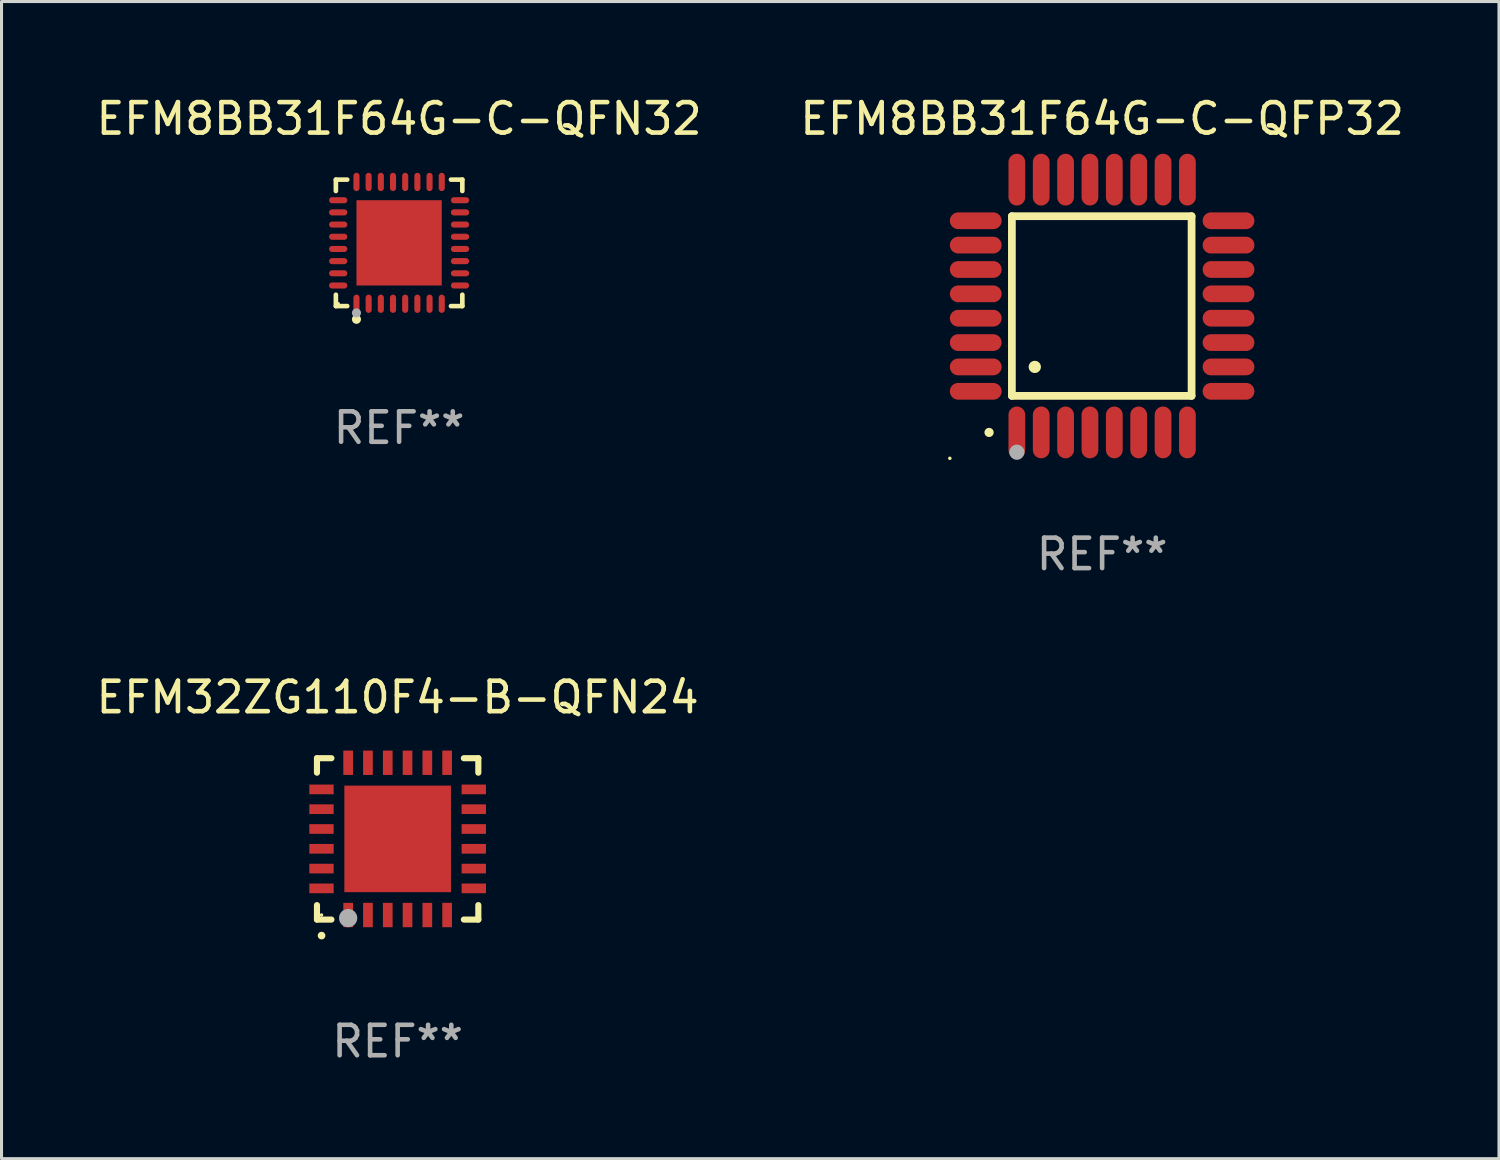
<source format=kicad_pcb>
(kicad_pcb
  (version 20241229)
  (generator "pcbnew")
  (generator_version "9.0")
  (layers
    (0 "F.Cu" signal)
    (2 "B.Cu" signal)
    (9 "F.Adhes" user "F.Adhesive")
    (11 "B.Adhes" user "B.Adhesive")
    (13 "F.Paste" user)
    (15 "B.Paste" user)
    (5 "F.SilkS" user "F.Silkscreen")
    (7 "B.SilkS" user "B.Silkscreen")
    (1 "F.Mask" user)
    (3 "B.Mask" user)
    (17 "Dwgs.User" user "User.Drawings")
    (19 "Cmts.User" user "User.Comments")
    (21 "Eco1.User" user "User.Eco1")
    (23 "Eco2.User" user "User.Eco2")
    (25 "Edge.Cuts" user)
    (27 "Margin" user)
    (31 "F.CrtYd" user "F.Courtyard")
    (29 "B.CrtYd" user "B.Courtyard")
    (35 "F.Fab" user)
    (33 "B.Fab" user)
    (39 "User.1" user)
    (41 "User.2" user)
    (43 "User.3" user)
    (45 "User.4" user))
  (footprint "EFM8BB31F64G-C-QFN32"
    (layer "F.Cu")
    (at 10.054 4.924)
    (property "Reference" "EFM8BB31F64G-C-QFN32" (at 0 -4.076 0) (layer "F.SilkS") (effects (font (size 1 1) (thickness 0.15))))
    (attr through_hole)
    (fp_line (start -2.076 -2.076) (end -1.703 -2.076) (stroke (width 0.152) (type solid)) (layer "F.SilkS"))
    (fp_line (start -2.076 -1.703) (end -2.076 -2.076) (stroke (width 0.152) (type solid)) (layer "F.SilkS"))
    (fp_line (start -2.076 1.703) (end -2.076 2.076) (stroke (width 0.152) (type solid)) (layer "F.SilkS"))
    (fp_line (start -2.076 2.076) (end -1.703 2.076) (stroke (width 0.152) (type solid)) (layer "F.SilkS"))
    (fp_line (start 2.076 -2.076) (end 1.703 -2.076) (stroke (width 0.152) (type solid)) (layer "F.SilkS"))
    (fp_line (start 2.076 -1.703) (end 2.076 -2.076) (stroke (width 0.152) (type solid)) (layer "F.SilkS"))
    (fp_line (start 2.076 1.703) (end 2.076 2.076) (stroke (width 0.152) (type solid)) (layer "F.SilkS"))
    (fp_line (start 2.076 2.076) (end 1.703 2.076) (stroke (width 0.152) (type solid)) (layer "F.SilkS"))
    (fp_circle (center -2 2) (end -1.97 2) (stroke (width 0.06) (type solid)) (fill no) (layer "F.SilkS"))
    (fp_circle (center -1.4 2.51) (end -1.325 2.51) (stroke (width 0.15) (type solid)) (fill no) (layer "F.SilkS"))
    (fp_circle (center -1.4 2.3) (end -1.325 2.3) (stroke (width 0.15) (type solid)) (fill no) (layer "F.Fab"))
    (fp_text user "REF**" (at 0 6.076 0) (layer "F.Fab") (effects (font (size 1 1) (thickness 0.15))))
    (pad "1" smd oval (at -1.4 2) (size 0.2 0.6) (layers "F.Cu" "F.Mask" "F.Paste"))
    (pad "2" smd oval (at -1 2) (size 0.2 0.6) (layers "F.Cu" "F.Mask" "F.Paste"))
    (pad "3" smd oval (at -0.6 2) (size 0.2 0.6) (layers "F.Cu" "F.Mask" "F.Paste"))
    (pad "4" smd oval (at -0.2 2) (size 0.2 0.6) (layers "F.Cu" "F.Mask" "F.Paste"))
    (pad "5" smd oval (at 0.2 2) (size 0.2 0.6) (layers "F.Cu" "F.Mask" "F.Paste"))
    (pad "6" smd oval (at 0.6 2) (size 0.2 0.6) (layers "F.Cu" "F.Mask" "F.Paste"))
    (pad "7" smd oval (at 1 2) (size 0.2 0.6) (layers "F.Cu" "F.Mask" "F.Paste"))
    (pad "8" smd oval (at 1.4 2) (size 0.2 0.6) (layers "F.Cu" "F.Mask" "F.Paste"))
    (pad "9" smd oval (at 2 1.4) (size 0.6 0.2) (layers "F.Cu" "F.Mask" "F.Paste"))
    (pad "10" smd oval (at 2 1) (size 0.6 0.2) (layers "F.Cu" "F.Mask" "F.Paste"))
    (pad "11" smd oval (at 2 0.6) (size 0.6 0.2) (layers "F.Cu" "F.Mask" "F.Paste"))
    (pad "12" smd oval (at 2 0.2) (size 0.6 0.2) (layers "F.Cu" "F.Mask" "F.Paste"))
    (pad "13" smd oval (at 2 -0.2) (size 0.6 0.2) (layers "F.Cu" "F.Mask" "F.Paste"))
    (pad "14" smd oval (at 2 -0.6) (size 0.6 0.2) (layers "F.Cu" "F.Mask" "F.Paste"))
    (pad "15" smd oval (at 2 -1) (size 0.6 0.2) (layers "F.Cu" "F.Mask" "F.Paste"))
    (pad "16" smd oval (at 2 -1.4) (size 0.6 0.2) (layers "F.Cu" "F.Mask" "F.Paste"))
    (pad "17" smd oval (at 1.4 -2) (size 0.2 0.6) (layers "F.Cu" "F.Mask" "F.Paste"))
    (pad "18" smd oval (at 1 -2) (size 0.2 0.6) (layers "F.Cu" "F.Mask" "F.Paste"))
    (pad "19" smd oval (at 0.6 -2) (size 0.2 0.6) (layers "F.Cu" "F.Mask" "F.Paste"))
    (pad "20" smd oval (at 0.2 -2) (size 0.2 0.6) (layers "F.Cu" "F.Mask" "F.Paste"))
    (pad "21" smd oval (at -0.2 -2) (size 0.2 0.6) (layers "F.Cu" "F.Mask" "F.Paste"))
    (pad "22" smd oval (at -0.6 -2) (size 0.2 0.6) (layers "F.Cu" "F.Mask" "F.Paste"))
    (pad "23" smd oval (at -1 -2) (size 0.2 0.6) (layers "F.Cu" "F.Mask" "F.Paste"))
    (pad "24" smd oval (at -1.4 -2) (size 0.2 0.6) (layers "F.Cu" "F.Mask" "F.Paste"))
    (pad "25" smd oval (at -2 -1.4) (size 0.6 0.2) (layers "F.Cu" "F.Mask" "F.Paste"))
    (pad "26" smd oval (at -2 -1) (size 0.6 0.2) (layers "F.Cu" "F.Mask" "F.Paste"))
    (pad "27" smd oval (at -2 -0.6) (size 0.6 0.2) (layers "F.Cu" "F.Mask" "F.Paste"))
    (pad "28" smd oval (at -2 -0.2) (size 0.6 0.2) (layers "F.Cu" "F.Mask" "F.Paste"))
    (pad "29" smd oval (at -2 0.2) (size 0.6 0.2) (layers "F.Cu" "F.Mask" "F.Paste"))
    (pad "30" smd oval (at -2 0.6) (size 0.6 0.2) (layers "F.Cu" "F.Mask" "F.Paste"))
    (pad "31" smd oval (at -2 1) (size 0.6 0.2) (layers "F.Cu" "F.Mask" "F.Paste"))
    (pad "32" smd oval (at -2 1.4) (size 0.6 0.2) (layers "F.Cu" "F.Mask" "F.Paste"))
    (pad "33" smd rect (at 0 0) (size 2.8 2.8) (layers "F.Cu" "F.Mask" "F.Paste")))
  (footprint "EFM8BB31F64G-C-QFP32"
    (layer "F.Cu")
    (at 33.137 6.998)
    (property "Reference" "EFM8BB31F64G-C-QFP32" (at 0 -6.15 0) (layer "F.SilkS") (effects (font (size 1 1) (thickness 0.15))))
    (attr through_hole)
    (fp_line (start -2.963 -2.95) (end -2.963 2.95) (stroke (width 0.254) (type solid)) (layer "F.SilkS"))
    (fp_line (start -2.963 2.95) (end 2.937 2.95) (stroke (width 0.254) (type solid)) (layer "F.SilkS"))
    (fp_line (start 2.937 -2.95) (end -2.963 -2.95) (stroke (width 0.254) (type solid)) (layer "F.SilkS"))
    (fp_line (start 2.937 2.95) (end 2.937 -2.95) (stroke (width 0.254) (type solid)) (layer "F.SilkS"))
    (fp_arc (start -3.713487 4.150368) (mid -3.712217 4.150363) (end -3.710947 4.150368) (stroke (width 0.3) (type solid)) (layer "F.SilkS"))
    (fp_arc (start -2.212344 1.998984) (mid -2.211074 1.99898) (end -2.209804 1.998984) (stroke (width 0.4) (type solid)) (layer "F.SilkS"))
    (fp_circle (center -5 5) (end -4.97 5) (stroke (width 0.06) (type solid)) (fill no) (layer "F.SilkS"))
    (fp_circle (center -2.8 4.8) (end -2.675 4.8) (stroke (width 0.25) (type solid)) (fill no) (layer "F.Fab"))
    (fp_text user "REF**" (at 0 8.15 0) (layer "F.Fab") (effects (font (size 1 1) (thickness 0.15))))
    (pad "1" smd oval (at -2.8 4.15 180) (size 0.55 1.7) (layers "F.Cu" "F.Mask" "F.Paste"))
    (pad "2" smd oval (at -2 4.15 180) (size 0.55 1.7) (layers "F.Cu" "F.Mask" "F.Paste"))
    (pad "3" smd oval (at -1.2 4.15 180) (size 0.55 1.7) (layers "F.Cu" "F.Mask" "F.Paste"))
    (pad "4" smd oval (at -0.4 4.15 180) (size 0.55 1.7) (layers "F.Cu" "F.Mask" "F.Paste"))
    (pad "5" smd oval (at 0.4 4.15 180) (size 0.55 1.7) (layers "F.Cu" "F.Mask" "F.Paste"))
    (pad "6" smd oval (at 1.2 4.15 180) (size 0.55 1.7) (layers "F.Cu" "F.Mask" "F.Paste"))
    (pad "7" smd oval (at 2 4.15 180) (size 0.55 1.7) (layers "F.Cu" "F.Mask" "F.Paste"))
    (pad "8" smd oval (at 2.8 4.15 180) (size 0.55 1.7) (layers "F.Cu" "F.Mask" "F.Paste"))
    (pad "9" smd oval (at 4.15 2.8 90) (size 0.55 1.7) (layers "F.Cu" "F.Mask" "F.Paste"))
    (pad "10" smd oval (at 4.15 2 90) (size 0.55 1.7) (layers "F.Cu" "F.Mask" "F.Paste"))
    (pad "11" smd oval (at 4.15 1.2 90) (size 0.55 1.7) (layers "F.Cu" "F.Mask" "F.Paste"))
    (pad "12" smd oval (at 4.15 0.4 90) (size 0.55 1.7) (layers "F.Cu" "F.Mask" "F.Paste"))
    (pad "13" smd oval (at 4.15 -0.4 90) (size 0.55 1.7) (layers "F.Cu" "F.Mask" "F.Paste"))
    (pad "14" smd oval (at 4.15 -1.2 90) (size 0.55 1.7) (layers "F.Cu" "F.Mask" "F.Paste"))
    (pad "15" smd oval (at 4.15 -2 90) (size 0.55 1.7) (layers "F.Cu" "F.Mask" "F.Paste"))
    (pad "16" smd oval (at 4.15 -2.8 90) (size 0.55 1.7) (layers "F.Cu" "F.Mask" "F.Paste"))
    (pad "17" smd oval (at 2.8 -4.15 180) (size 0.55 1.7) (layers "F.Cu" "F.Mask" "F.Paste"))
    (pad "18" smd oval (at 2 -4.15 180) (size 0.55 1.7) (layers "F.Cu" "F.Mask" "F.Paste"))
    (pad "19" smd oval (at 1.2 -4.15 180) (size 0.55 1.7) (layers "F.Cu" "F.Mask" "F.Paste"))
    (pad "20" smd oval (at 0.4 -4.15 180) (size 0.55 1.7) (layers "F.Cu" "F.Mask" "F.Paste"))
    (pad "21" smd oval (at -0.4 -4.15 180) (size 0.55 1.7) (layers "F.Cu" "F.Mask" "F.Paste"))
    (pad "22" smd oval (at -1.2 -4.15 180) (size 0.55 1.7) (layers "F.Cu" "F.Mask" "F.Paste"))
    (pad "23" smd oval (at -2 -4.15 180) (size 0.55 1.7) (layers "F.Cu" "F.Mask" "F.Paste"))
    (pad "24" smd oval (at -2.8 -4.15 180) (size 0.55 1.7) (layers "F.Cu" "F.Mask" "F.Paste"))
    (pad "25" smd oval (at -4.15 -2.8 90) (size 0.55 1.7) (layers "F.Cu" "F.Mask" "F.Paste"))
    (pad "26" smd oval (at -4.15 -2 90) (size 0.55 1.7) (layers "F.Cu" "F.Mask" "F.Paste"))
    (pad "27" smd oval (at -4.15 -1.2 90) (size 0.55 1.7) (layers "F.Cu" "F.Mask" "F.Paste"))
    (pad "28" smd oval (at -4.15 -0.4 90) (size 0.55 1.7) (layers "F.Cu" "F.Mask" "F.Paste"))
    (pad "29" smd oval (at -4.15 0.4 90) (size 0.55 1.7) (layers "F.Cu" "F.Mask" "F.Paste"))
    (pad "30" smd oval (at -4.15 1.2 90) (size 0.55 1.7) (layers "F.Cu" "F.Mask" "F.Paste"))
    (pad "31" smd oval (at -4.15 2 90) (size 0.55 1.7) (layers "F.Cu" "F.Mask" "F.Paste"))
    (pad "32" smd oval (at -4.15 2.8 90) (size 0.55 1.7) (layers "F.Cu" "F.Mask" "F.Paste")))
  (footprint "EFM32ZG110F4-B-QFN24"
    (layer "F.Cu")
    (at 10.006 24.494)
    (property "Reference" "EFM32ZG110F4-B-QFN24" (at 0 -4.649 0) (layer "F.SilkS") (effects (font (size 1 1) (thickness 0.15))))
    (attr through_hole)
    (fp_line (start -2.649 -2.649) (end -2.649 -2.174) (stroke (width 0.201) (type solid)) (layer "F.SilkS"))
    (fp_line (start -2.649 2.649) (end -2.649 2.174) (stroke (width 0.201) (type solid)) (layer "F.SilkS"))
    (fp_line (start -2.174 -2.649) (end -2.649 -2.649) (stroke (width 0.201) (type solid)) (layer "F.SilkS"))
    (fp_line (start -2.174 2.649) (end -2.649 2.649) (stroke (width 0.201) (type solid)) (layer "F.SilkS"))
    (fp_line (start 2.649 -2.649) (end 2.174 -2.649) (stroke (width 0.201) (type solid)) (layer "F.SilkS"))
    (fp_line (start 2.649 -2.174) (end 2.649 -2.649) (stroke (width 0.201) (type solid)) (layer "F.SilkS"))
    (fp_line (start 2.649 2.174) (end 2.649 2.649) (stroke (width 0.201) (type solid)) (layer "F.SilkS"))
    (fp_line (start 2.649 2.649) (end 2.174 2.649) (stroke (width 0.201) (type solid)) (layer "F.SilkS"))
    (fp_arc (start -2.499365 3.175006) (mid -2.498095 3.175) (end -2.496825 3.175006) (stroke (width 0.24892) (type solid)) (layer "F.SilkS"))
    (fp_circle (center -2.5 2.5) (end -2.47 2.5) (stroke (width 0.06) (type solid)) (fill no) (layer "F.SilkS"))
    (fp_circle (center -1.625 2.6) (end -1.475 2.6) (stroke (width 0.3) (type solid)) (fill no) (layer "F.Fab"))
    (fp_text user "REF**" (at 0 6.649 0) (layer "F.Fab") (effects (font (size 1 1) (thickness 0.15))))
    (pad "1" smd rect (at -1.625 2.5 180) (size 0.318 0.8) (layers "F.Cu" "F.Mask" "F.Paste"))
    (pad "2" smd rect (at -0.975 2.5 180) (size 0.318 0.8) (layers "F.Cu" "F.Mask" "F.Paste"))
    (pad "3" smd rect (at -0.325 2.5 180) (size 0.318 0.8) (layers "F.Cu" "F.Mask" "F.Paste"))
    (pad "4" smd rect (at 0.325 2.5 180) (size 0.318 0.8) (layers "F.Cu" "F.Mask" "F.Paste"))
    (pad "5" smd rect (at 0.975 2.5 180) (size 0.318 0.8) (layers "F.Cu" "F.Mask" "F.Paste"))
    (pad "6" smd rect (at 1.625 2.5 180) (size 0.318 0.8) (layers "F.Cu" "F.Mask" "F.Paste"))
    (pad "7" smd rect (at 2.5 1.625 90) (size 0.318 0.8) (layers "F.Cu" "F.Mask" "F.Paste"))
    (pad "8" smd rect (at 2.5 0.975 90) (size 0.318 0.8) (layers "F.Cu" "F.Mask" "F.Paste"))
    (pad "9" smd rect (at 2.5 0.325 90) (size 0.318 0.8) (layers "F.Cu" "F.Mask" "F.Paste"))
    (pad "10" smd rect (at 2.5 -0.325 90) (size 0.318 0.8) (layers "F.Cu" "F.Mask" "F.Paste"))
    (pad "11" smd rect (at 2.5 -0.975 90) (size 0.318 0.8) (layers "F.Cu" "F.Mask" "F.Paste"))
    (pad "12" smd rect (at 2.5 -1.625 90) (size 0.318 0.8) (layers "F.Cu" "F.Mask" "F.Paste"))
    (pad "13" smd rect (at 1.625 -2.5 180) (size 0.318 0.8) (layers "F.Cu" "F.Mask" "F.Paste"))
    (pad "14" smd rect (at 0.975 -2.5 180) (size 0.318 0.8) (layers "F.Cu" "F.Mask" "F.Paste"))
    (pad "15" smd rect (at 0.325 -2.5 180) (size 0.318 0.8) (layers "F.Cu" "F.Mask" "F.Paste"))
    (pad "16" smd rect (at -0.325 -2.5 180) (size 0.318 0.8) (layers "F.Cu" "F.Mask" "F.Paste"))
    (pad "17" smd rect (at -0.975 -2.5 180) (size 0.318 0.8) (layers "F.Cu" "F.Mask" "F.Paste"))
    (pad "18" smd rect (at -1.625 -2.5 180) (size 0.318 0.8) (layers "F.Cu" "F.Mask" "F.Paste"))
    (pad "19" smd rect (at -2.5 -1.625 90) (size 0.318 0.8) (layers "F.Cu" "F.Mask" "F.Paste"))
    (pad "20" smd rect (at -2.5 -0.975 90) (size 0.318 0.8) (layers "F.Cu" "F.Mask" "F.Paste"))
    (pad "21" smd rect (at -2.5 -0.325 90) (size 0.318 0.8) (layers "F.Cu" "F.Mask" "F.Paste"))
    (pad "22" smd rect (at -2.5 0.325 90) (size 0.318 0.8) (layers "F.Cu" "F.Mask" "F.Paste"))
    (pad "23" smd rect (at -2.5 0.975 90) (size 0.318 0.8) (layers "F.Cu" "F.Mask" "F.Paste"))
    (pad "24" smd rect (at -2.5 1.625 90) (size 0.318 0.8) (layers "F.Cu" "F.Mask" "F.Paste"))
    (pad "25" smd rect (at 0.000203 0 90) (size 3.5 3.5) (layers "F.Cu" "F.Mask" "F.Paste")))
  (gr_rect
    (start -3 -3)
    (end 46.167 34.992)
    (stroke (width 0.1) (type default))
    (fill no)
    (layer "Edge.Cuts")))
</source>
